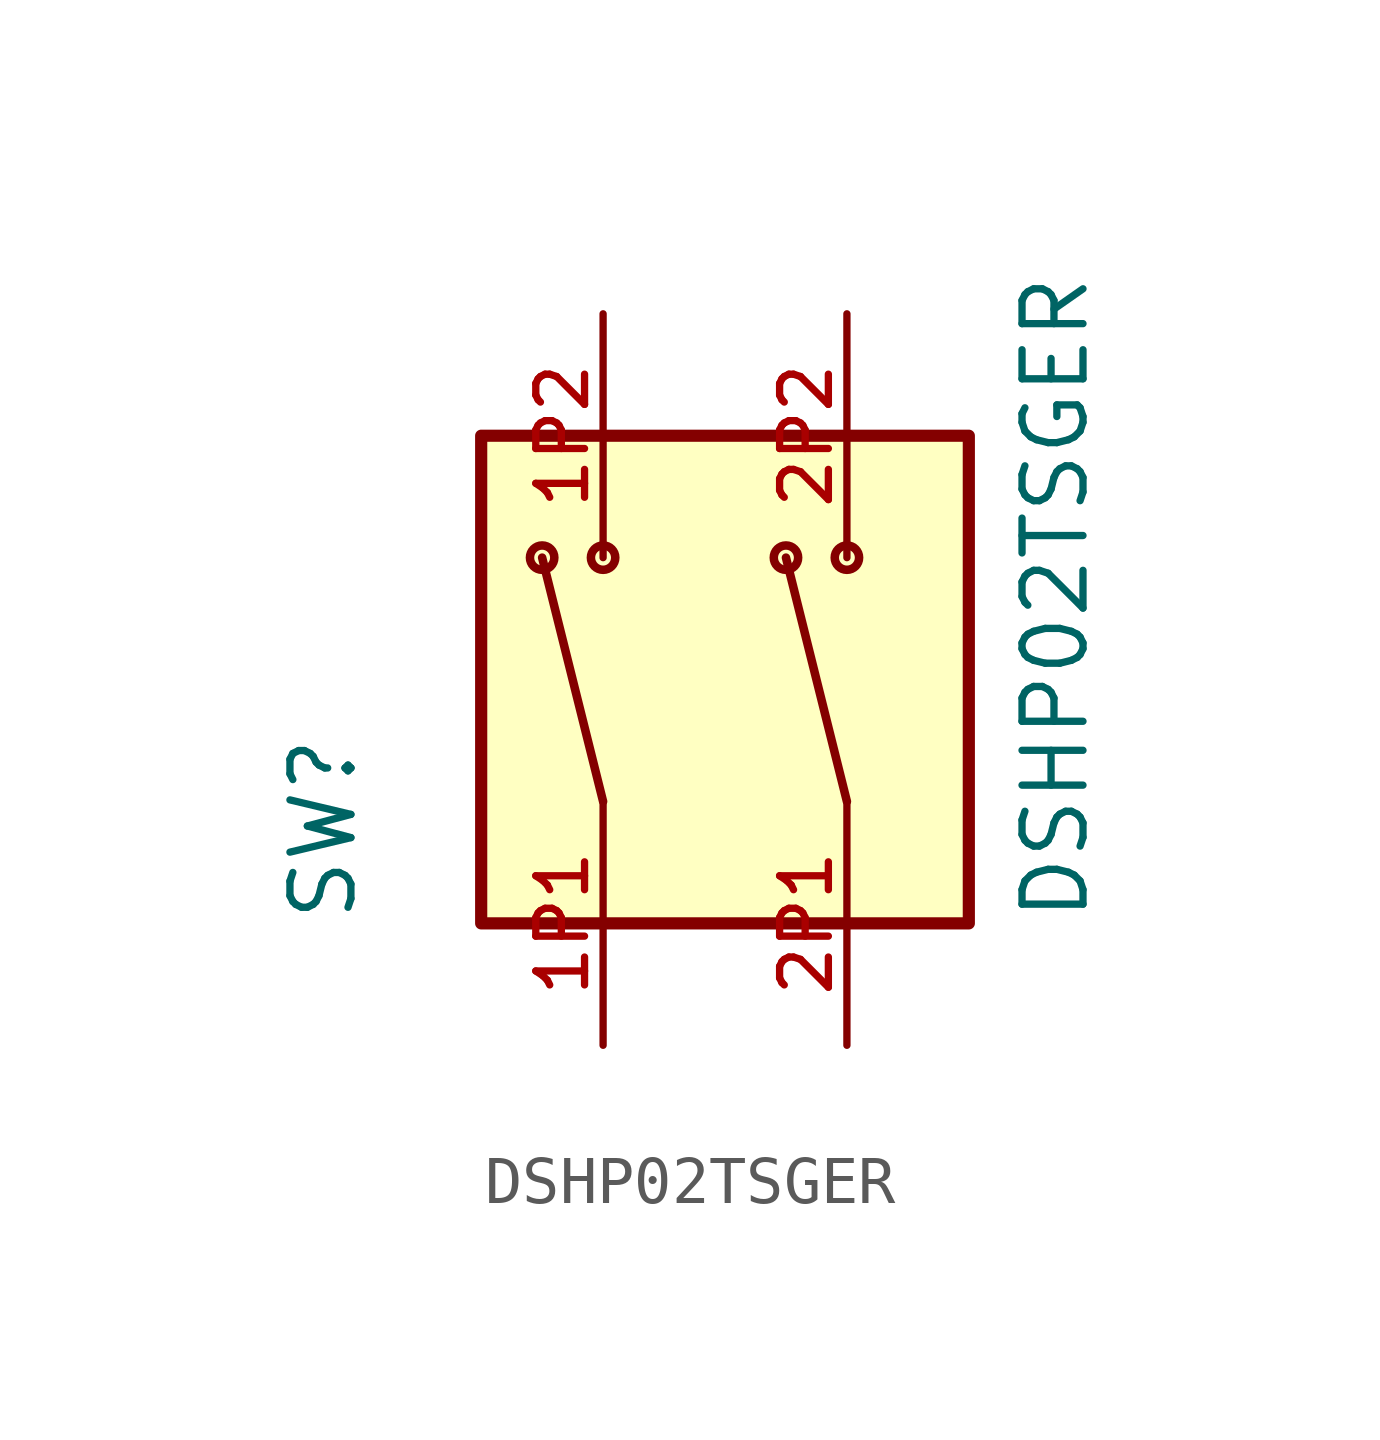
<source format=kicad_sym>
(kicad_symbol_lib
  (version 20211014)
  (generator kicad_symbol_editor)
  (symbol "DSHP02TSGER"
    (pin_names
      (offset 1.016))
    (property "Reference" "SW"
      (at -7.631 -5.087 90.0)
      (effects (font (size 1.27 1.27)) (justify bottom left)))
    (property "Value" "DSHP02TSGER"
      (at 7.622 -5.082 90.0)
      (effects (font (size 1.27 1.27)) (justify bottom left)))
    (symbol "DSHP02TSGER_0_0"
      (polyline (pts (xy -2.54 -2.54) (xy -3.81 2.54)) (stroke (width 0.178)))
      (polyline (pts (xy 2.54 -2.54) (xy 1.27 2.54)) (stroke (width 0.178)))
      (circle (center -2.54 2.54) (radius 0.254) (stroke (width 0.178)) (fill (type none)))
      (circle (center -3.81 2.54) (radius 0.254) (stroke (width 0.178)) (fill (type none)))
      (circle (center 1.27 2.54) (radius 0.254) (stroke (width 0.178)) (fill (type none)))
      (circle (center 2.54 2.54) (radius 0.254) (stroke (width 0.178)) (fill (type none)))
      (rectangle (start -5.08 -5.08) (end 5.08 5.08) (stroke (width 0.254)) (fill (type background)))
      (pin bidirectional line (at -2.54 7.62 270.0) (length 5.08) (name "~" (effects (font (size 1.016 1.016)))) (number "1P2" (effects (font (size 1.016 1.016)))))
      (pin bidirectional line (at 2.54 7.62 270.0) (length 5.08) (name "~" (effects (font (size 1.016 1.016)))) (number "2P2" (effects (font (size 1.016 1.016)))))
      (pin bidirectional line (at -2.54 -7.62 90.0) (length 5.08) (name "~" (effects (font (size 1.016 1.016)))) (number "1P1" (effects (font (size 1.016 1.016)))))
      (pin bidirectional line (at 2.54 -7.62 90.0) (length 5.08) (name "~" (effects (font (size 1.016 1.016)))) (number "2P1" (effects (font (size 1.016 1.016))))))))
</source>
